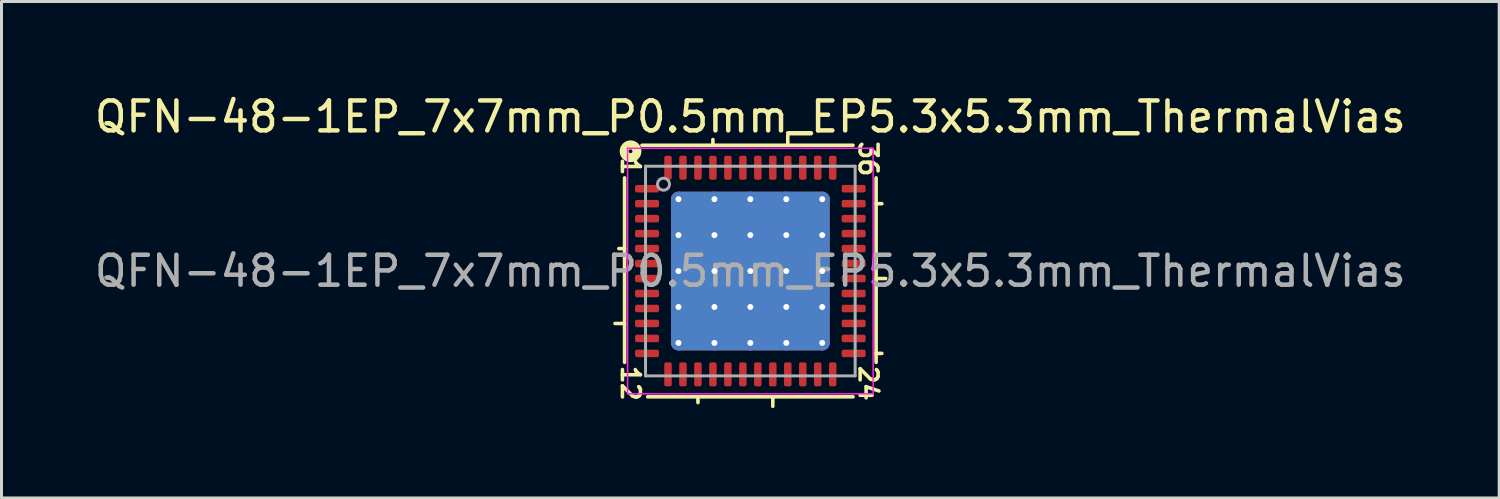
<source format=kicad_pcb>
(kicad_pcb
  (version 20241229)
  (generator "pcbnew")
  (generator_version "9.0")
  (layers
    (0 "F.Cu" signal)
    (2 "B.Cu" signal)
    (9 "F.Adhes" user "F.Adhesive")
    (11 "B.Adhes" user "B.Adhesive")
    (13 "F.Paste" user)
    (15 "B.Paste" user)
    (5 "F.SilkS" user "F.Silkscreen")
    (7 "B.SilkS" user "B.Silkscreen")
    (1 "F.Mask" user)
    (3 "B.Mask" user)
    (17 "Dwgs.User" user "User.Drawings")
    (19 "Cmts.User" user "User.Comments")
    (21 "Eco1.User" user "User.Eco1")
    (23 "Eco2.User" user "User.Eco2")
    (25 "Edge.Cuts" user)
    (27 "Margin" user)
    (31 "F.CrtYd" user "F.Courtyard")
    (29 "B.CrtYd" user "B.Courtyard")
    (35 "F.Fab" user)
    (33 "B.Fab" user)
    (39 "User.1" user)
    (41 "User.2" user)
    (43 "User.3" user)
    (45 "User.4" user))
  (footprint "QFN-48-1EP_7x7mm_P0.5mm_EP5.3x5.3mm_ThermalVias"
    (layer "F.Cu")
    (at 22.006 6.001)
    (property "Reference" "QFN-48-1EP_7x7mm_P0.5mm_EP5.3x5.3mm_ThermalVias" (at 0 -5.152 0) (layer "F.SilkS") (effects (font (size 1 1) (thickness 0.15))))
    (attr smd)
    (fp_line (start -4.2 -3.111) (end -4.2 3.048) (stroke (width 0.12) (type solid)) (layer "F.SilkS"))
    (fp_line (start -4.2 -0.75) (end -4.391 -0.75) (stroke (width 0.12) (type solid)) (layer "F.SilkS"))
    (fp_line (start -4.2 1.75) (end -4.518 1.75) (stroke (width 0.12) (type solid)) (layer "F.SilkS"))
    (fp_line (start -3.429 4.2) (end 3.429 4.2) (stroke (width 0.12) (type solid)) (layer "F.SilkS"))
    (fp_line (start -1.75 4.2) (end -1.75 4.391) (stroke (width 0.12) (type solid)) (layer "F.SilkS"))
    (fp_line (start -1.25 -4.2) (end -1.25 -4.391) (stroke (width 0.12) (type solid)) (layer "F.SilkS"))
    (fp_line (start 0.75 4.2) (end 0.75 4.518) (stroke (width 0.12) (type solid)) (layer "F.SilkS"))
    (fp_line (start 1.25 -4.2) (end 1.25 -4.518) (stroke (width 0.12) (type solid)) (layer "F.SilkS"))
    (fp_line (start 3.429 -4.2) (end -3.619 -4.2) (stroke (width 0.12) (type solid)) (layer "F.SilkS"))
    (fp_line (start 4.2 -2.25) (end 4.391 -2.25) (stroke (width 0.12) (type solid)) (layer "F.SilkS"))
    (fp_line (start 4.2 0.25) (end 4.518 0.25) (stroke (width 0.12) (type solid)) (layer "F.SilkS"))
    (fp_line (start 4.2 2.75) (end 4.391 2.75) (stroke (width 0.12) (type solid)) (layer "F.SilkS"))
    (fp_line (start 4.2 3.048) (end 4.2 -3.111) (stroke (width 0.12) (type solid)) (layer "F.SilkS"))
    (fp_circle (center -4 -4) (end -3.937 -4) (stroke (width 0.3) (type solid)) (fill no) (layer "F.SilkS"))
    (fp_line (start -4.1 -4.1) (end -4.1 4.1) (stroke (width 0.05) (type solid)) (layer "F.CrtYd"))
    (fp_line (start -4.1 4.1) (end 4.1 4.1) (stroke (width 0.05) (type solid)) (layer "F.CrtYd"))
    (fp_line (start 4.1 -4.1) (end -4.1 -4.1) (stroke (width 0.05) (type solid)) (layer "F.CrtYd"))
    (fp_line (start 4.1 4.1) (end 4.1 -4.1) (stroke (width 0.05) (type solid)) (layer "F.CrtYd"))
    (fp_line (start -3.5 -3.5) (end 3.5 -3.5) (stroke (width 0.1) (type solid)) (layer "F.Fab"))
    (fp_line (start -3.5 3.5) (end -3.5 -3.5) (stroke (width 0.1) (type solid)) (layer "F.Fab"))
    (fp_line (start 3.5 -3.5) (end 3.5 3.5) (stroke (width 0.1) (type solid)) (layer "F.Fab"))
    (fp_line (start 3.5 3.5) (end -3.5 3.5) (stroke (width 0.1) (type solid)) (layer "F.Fab"))
    (fp_circle (center -2.9 -2.9) (end -2.7 -2.9) (stroke (width 0.1) (type solid)) (fill no) (layer "F.Fab"))
    (fp_text user "36" (at 3.937 -3.747 270) (unlocked yes) (layer "F.SilkS") (effects (font (size 0.6 0.6) (thickness 0.12))))
    (fp_text user "24" (at 3.937 3.747 270) (unlocked yes) (layer "F.SilkS") (effects (font (size 0.6 0.6) (thickness 0.12))))
    (fp_text user "1" (at -4 -3.493 270) (unlocked yes) (layer "F.SilkS") (effects (font (size 0.6 0.6) (thickness 0.12))))
    (fp_text user "12" (at -4 3.747 270) (unlocked yes) (layer "F.SilkS") (effects (font (size 0.6 0.6) (thickness 0.12))))
    (fp_text user "${REFERENCE}" (at 0 0 0) (layer "F.Fab") (effects (font (size 1 1) (thickness 0.15))))
    (pad "" smd roundrect (at -1.8 -1.8) (size 1.026 1.026) (layers "F.Paste") (roundrect_rratio 0.244))
    (pad "" smd roundrect (at -1.8 -0.6) (size 1.026 1.026) (layers "F.Paste") (roundrect_rratio 0.244))
    (pad "" smd roundrect (at -1.8 0.6) (size 1.026 1.026) (layers "F.Paste") (roundrect_rratio 0.244))
    (pad "" smd roundrect (at -1.8 1.8) (size 1.026 1.026) (layers "F.Paste") (roundrect_rratio 0.244))
    (pad "" smd roundrect (at -0.6 -1.8) (size 1.026 1.026) (layers "F.Paste") (roundrect_rratio 0.244))
    (pad "" smd roundrect (at -0.6 -0.6) (size 1.026 1.026) (layers "F.Paste") (roundrect_rratio 0.244))
    (pad "" smd roundrect (at -0.6 0.6) (size 1.026 1.026) (layers "F.Paste") (roundrect_rratio 0.244))
    (pad "" smd roundrect (at -0.6 1.8) (size 1.026 1.026) (layers "F.Paste") (roundrect_rratio 0.244))
    (pad "" smd roundrect (at 0.6 -1.8) (size 1.026 1.026) (layers "F.Paste") (roundrect_rratio 0.244))
    (pad "" smd roundrect (at 0.6 -0.6) (size 1.026 1.026) (layers "F.Paste") (roundrect_rratio 0.244))
    (pad "" smd roundrect (at 0.6 0.6) (size 1.026 1.026) (layers "F.Paste") (roundrect_rratio 0.244))
    (pad "" smd roundrect (at 0.6 1.8) (size 1.026 1.026) (layers "F.Paste") (roundrect_rratio 0.244))
    (pad "" smd roundrect (at 1.8 -1.8) (size 1.026 1.026) (layers "F.Paste") (roundrect_rratio 0.244))
    (pad "" smd roundrect (at 1.8 -0.6) (size 1.026 1.026) (layers "F.Paste") (roundrect_rratio 0.244))
    (pad "" smd roundrect (at 1.8 0.6) (size 1.026 1.026) (layers "F.Paste") (roundrect_rratio 0.244))
    (pad "" smd roundrect (at 1.8 1.8) (size 1.026 1.026) (layers "F.Paste") (roundrect_rratio 0.244))
    (pad "1" smd roundrect (at -3.45 -2.75) (size 0.8 0.25) (layers "F.Cu" "F.Mask" "F.Paste") (roundrect_rratio 0.25))
    (pad "2" smd roundrect (at -3.45 -2.25) (size 0.8 0.25) (layers "F.Cu" "F.Mask" "F.Paste") (roundrect_rratio 0.25))
    (pad "3" smd roundrect (at -3.45 -1.75) (size 0.8 0.25) (layers "F.Cu" "F.Mask" "F.Paste") (roundrect_rratio 0.25))
    (pad "4" smd roundrect (at -3.45 -1.25) (size 0.8 0.25) (layers "F.Cu" "F.Mask" "F.Paste") (roundrect_rratio 0.25))
    (pad "5" smd roundrect (at -3.45 -0.75) (size 0.8 0.25) (layers "F.Cu" "F.Mask" "F.Paste") (roundrect_rratio 0.25))
    (pad "6" smd roundrect (at -3.45 -0.25) (size 0.8 0.25) (layers "F.Cu" "F.Mask" "F.Paste") (roundrect_rratio 0.25))
    (pad "7" smd roundrect (at -3.45 0.25) (size 0.8 0.25) (layers "F.Cu" "F.Mask" "F.Paste") (roundrect_rratio 0.25))
    (pad "8" smd roundrect (at -3.45 0.75) (size 0.8 0.25) (layers "F.Cu" "F.Mask" "F.Paste") (roundrect_rratio 0.25))
    (pad "9" smd roundrect (at -3.45 1.25) (size 0.8 0.25) (layers "F.Cu" "F.Mask" "F.Paste") (roundrect_rratio 0.25))
    (pad "10" smd roundrect (at -3.45 1.75) (size 0.8 0.25) (layers "F.Cu" "F.Mask" "F.Paste") (roundrect_rratio 0.25))
    (pad "11" smd roundrect (at -3.45 2.25) (size 0.8 0.25) (layers "F.Cu" "F.Mask" "F.Paste") (roundrect_rratio 0.25))
    (pad "12" smd roundrect (at -3.45 2.75) (size 0.8 0.25) (layers "F.Cu" "F.Mask" "F.Paste") (roundrect_rratio 0.25))
    (pad "13" smd roundrect (at -2.75 3.45) (size 0.25 0.8) (layers "F.Cu" "F.Mask" "F.Paste") (roundrect_rratio 0.25))
    (pad "14" smd roundrect (at -2.25 3.45) (size 0.25 0.8) (layers "F.Cu" "F.Mask" "F.Paste") (roundrect_rratio 0.25))
    (pad "15" smd roundrect (at -1.75 3.45) (size 0.25 0.8) (layers "F.Cu" "F.Mask" "F.Paste") (roundrect_rratio 0.25))
    (pad "16" smd roundrect (at -1.25 3.45) (size 0.25 0.8) (layers "F.Cu" "F.Mask" "F.Paste") (roundrect_rratio 0.25))
    (pad "17" smd roundrect (at -0.75 3.45) (size 0.25 0.8) (layers "F.Cu" "F.Mask" "F.Paste") (roundrect_rratio 0.25))
    (pad "18" smd roundrect (at -0.25 3.45) (size 0.25 0.8) (layers "F.Cu" "F.Mask" "F.Paste") (roundrect_rratio 0.25))
    (pad "19" smd roundrect (at 0.25 3.45) (size 0.25 0.8) (layers "F.Cu" "F.Mask" "F.Paste") (roundrect_rratio 0.25))
    (pad "20" smd roundrect (at 0.75 3.45) (size 0.25 0.8) (layers "F.Cu" "F.Mask" "F.Paste") (roundrect_rratio 0.25))
    (pad "21" smd roundrect (at 1.25 3.45) (size 0.25 0.8) (layers "F.Cu" "F.Mask" "F.Paste") (roundrect_rratio 0.25))
    (pad "22" smd roundrect (at 1.75 3.45) (size 0.25 0.8) (layers "F.Cu" "F.Mask" "F.Paste") (roundrect_rratio 0.25))
    (pad "23" smd roundrect (at 2.25 3.45) (size 0.25 0.8) (layers "F.Cu" "F.Mask" "F.Paste") (roundrect_rratio 0.25))
    (pad "24" smd roundrect (at 2.75 3.45) (size 0.25 0.8) (layers "F.Cu" "F.Mask" "F.Paste") (roundrect_rratio 0.25))
    (pad "25" smd roundrect (at 3.45 2.75) (size 0.8 0.25) (layers "F.Cu" "F.Mask" "F.Paste") (roundrect_rratio 0.25))
    (pad "26" smd roundrect (at 3.45 2.25) (size 0.8 0.25) (layers "F.Cu" "F.Mask" "F.Paste") (roundrect_rratio 0.25))
    (pad "27" smd roundrect (at 3.45 1.75) (size 0.8 0.25) (layers "F.Cu" "F.Mask" "F.Paste") (roundrect_rratio 0.25))
    (pad "28" smd roundrect (at 3.45 1.25) (size 0.8 0.25) (layers "F.Cu" "F.Mask" "F.Paste") (roundrect_rratio 0.25))
    (pad "29" smd roundrect (at 3.45 0.75) (size 0.8 0.25) (layers "F.Cu" "F.Mask" "F.Paste") (roundrect_rratio 0.25))
    (pad "30" smd roundrect (at 3.45 0.25) (size 0.8 0.25) (layers "F.Cu" "F.Mask" "F.Paste") (roundrect_rratio 0.25))
    (pad "31" smd roundrect (at 3.45 -0.25) (size 0.8 0.25) (layers "F.Cu" "F.Mask" "F.Paste") (roundrect_rratio 0.25))
    (pad "32" smd roundrect (at 3.45 -0.75) (size 0.8 0.25) (layers "F.Cu" "F.Mask" "F.Paste") (roundrect_rratio 0.25))
    (pad "33" smd roundrect (at 3.45 -1.25) (size 0.8 0.25) (layers "F.Cu" "F.Mask" "F.Paste") (roundrect_rratio 0.25))
    (pad "34" smd roundrect (at 3.45 -1.75) (size 0.8 0.25) (layers "F.Cu" "F.Mask" "F.Paste") (roundrect_rratio 0.25))
    (pad "35" smd roundrect (at 3.45 -2.25) (size 0.8 0.25) (layers "F.Cu" "F.Mask" "F.Paste") (roundrect_rratio 0.25))
    (pad "36" smd roundrect (at 3.45 -2.75) (size 0.8 0.25) (layers "F.Cu" "F.Mask" "F.Paste") (roundrect_rratio 0.25))
    (pad "37" smd roundrect (at 2.75 -3.45) (size 0.25 0.8) (layers "F.Cu" "F.Mask" "F.Paste") (roundrect_rratio 0.25))
    (pad "38" smd roundrect (at 2.25 -3.45) (size 0.25 0.8) (layers "F.Cu" "F.Mask" "F.Paste") (roundrect_rratio 0.25))
    (pad "39" smd roundrect (at 1.75 -3.45) (size 0.25 0.8) (layers "F.Cu" "F.Mask" "F.Paste") (roundrect_rratio 0.25))
    (pad "40" smd roundrect (at 1.25 -3.45) (size 0.25 0.8) (layers "F.Cu" "F.Mask" "F.Paste") (roundrect_rratio 0.25))
    (pad "41" smd roundrect (at 0.75 -3.45) (size 0.25 0.8) (layers "F.Cu" "F.Mask" "F.Paste") (roundrect_rratio 0.25))
    (pad "42" smd roundrect (at 0.25 -3.45) (size 0.25 0.8) (layers "F.Cu" "F.Mask" "F.Paste") (roundrect_rratio 0.25))
    (pad "43" smd roundrect (at -0.25 -3.45) (size 0.25 0.8) (layers "F.Cu" "F.Mask" "F.Paste") (roundrect_rratio 0.25))
    (pad "44" smd roundrect (at -0.75 -3.45) (size 0.25 0.8) (layers "F.Cu" "F.Mask" "F.Paste") (roundrect_rratio 0.25))
    (pad "45" smd roundrect (at -1.25 -3.45) (size 0.25 0.8) (layers "F.Cu" "F.Mask" "F.Paste") (roundrect_rratio 0.25))
    (pad "46" smd roundrect (at -1.75 -3.45) (size 0.25 0.8) (layers "F.Cu" "F.Mask" "F.Paste") (roundrect_rratio 0.25))
    (pad "47" smd roundrect (at -2.25 -3.45) (size 0.25 0.8) (layers "F.Cu" "F.Mask" "F.Paste") (roundrect_rratio 0.25))
    (pad "48" smd roundrect (at -2.75 -3.45) (size 0.25 0.8) (layers "F.Cu" "F.Mask" "F.Paste") (roundrect_rratio 0.25))
    (pad "49" thru_hole circle (at -2.4 -2.4) (size 0.5 0.5) (drill 0.2) (property pad_prop_heatsink) (layers "*.Cu"))
    (pad "49" thru_hole circle (at -2.4 -1.2) (size 0.5 0.5) (drill 0.2) (property pad_prop_heatsink) (layers "*.Cu"))
    (pad "49" thru_hole circle (at -2.4 0) (size 0.5 0.5) (drill 0.2) (property pad_prop_heatsink) (layers "*.Cu"))
    (pad "49" thru_hole circle (at -2.4 1.2) (size 0.5 0.5) (drill 0.2) (property pad_prop_heatsink) (layers "*.Cu"))
    (pad "49" thru_hole circle (at -2.4 2.4) (size 0.5 0.5) (drill 0.2) (property pad_prop_heatsink) (layers "*.Cu"))
    (pad "49" thru_hole circle (at -1.2 -2.4) (size 0.5 0.5) (drill 0.2) (property pad_prop_heatsink) (layers "*.Cu"))
    (pad "49" thru_hole circle (at -1.2 -1.2) (size 0.5 0.5) (drill 0.2) (property pad_prop_heatsink) (layers "*.Cu"))
    (pad "49" thru_hole circle (at -1.2 0) (size 0.5 0.5) (drill 0.2) (property pad_prop_heatsink) (layers "*.Cu"))
    (pad "49" thru_hole circle (at -1.2 1.2) (size 0.5 0.5) (drill 0.2) (property pad_prop_heatsink) (layers "*.Cu"))
    (pad "49" thru_hole circle (at -1.2 2.4) (size 0.5 0.5) (drill 0.2) (property pad_prop_heatsink) (layers "*.Cu"))
    (pad "49" thru_hole circle (at 0 -2.4) (size 0.5 0.5) (drill 0.2) (property pad_prop_heatsink) (layers "*.Cu"))
    (pad "49" thru_hole circle (at 0 -1.2) (size 0.5 0.5) (drill 0.2) (property pad_prop_heatsink) (layers "*.Cu"))
    (pad "49" thru_hole circle (at 0 0) (size 0.5 0.5) (drill 0.2) (property pad_prop_heatsink) (layers "*.Cu"))
    (pad "49" smd roundrect (at 0 0) (size 5.3 5.3) (layers "F.Cu" "F.Mask") (roundrect_rratio 0.047))
    (pad "49" smd roundrect (at 0 0) (size 5.3 5.3) (layers "B.Cu" "B.Mask") (roundrect_rratio 0.047))
    (pad "49" thru_hole circle (at 0 1.2) (size 0.5 0.5) (drill 0.2) (property pad_prop_heatsink) (layers "*.Cu"))
    (pad "49" thru_hole circle (at 0 2.4) (size 0.5 0.5) (drill 0.2) (property pad_prop_heatsink) (layers "*.Cu"))
    (pad "49" thru_hole circle (at 1.2 -2.4) (size 0.5 0.5) (drill 0.2) (property pad_prop_heatsink) (layers "*.Cu"))
    (pad "49" thru_hole circle (at 1.2 -1.2) (size 0.5 0.5) (drill 0.2) (property pad_prop_heatsink) (layers "*.Cu"))
    (pad "49" thru_hole circle (at 1.2 0) (size 0.5 0.5) (drill 0.2) (property pad_prop_heatsink) (layers "*.Cu"))
    (pad "49" thru_hole circle (at 1.2 1.2) (size 0.5 0.5) (drill 0.2) (property pad_prop_heatsink) (layers "*.Cu"))
    (pad "49" thru_hole circle (at 1.2 2.4) (size 0.5 0.5) (drill 0.2) (property pad_prop_heatsink) (layers "*.Cu"))
    (pad "49" thru_hole circle (at 2.4 -2.4) (size 0.5 0.5) (drill 0.2) (property pad_prop_heatsink) (layers "*.Cu"))
    (pad "49" thru_hole circle (at 2.4 -1.2) (size 0.5 0.5) (drill 0.2) (property pad_prop_heatsink) (layers "*.Cu"))
    (pad "49" thru_hole circle (at 2.4 0) (size 0.5 0.5) (drill 0.2) (property pad_prop_heatsink) (layers "*.Cu"))
    (pad "49" thru_hole circle (at 2.4 1.2) (size 0.5 0.5) (drill 0.2) (property pad_prop_heatsink) (layers "*.Cu"))
    (pad "49" thru_hole circle (at 2.4 2.4) (size 0.5 0.5) (drill 0.2) (property pad_prop_heatsink) (layers "*.Cu")))
  (gr_rect
    (start -3 -3)
    (end 47.012 13.578)
    (stroke (width 0.1) (type default))
    (fill no)
    (layer "Edge.Cuts")))
</source>
